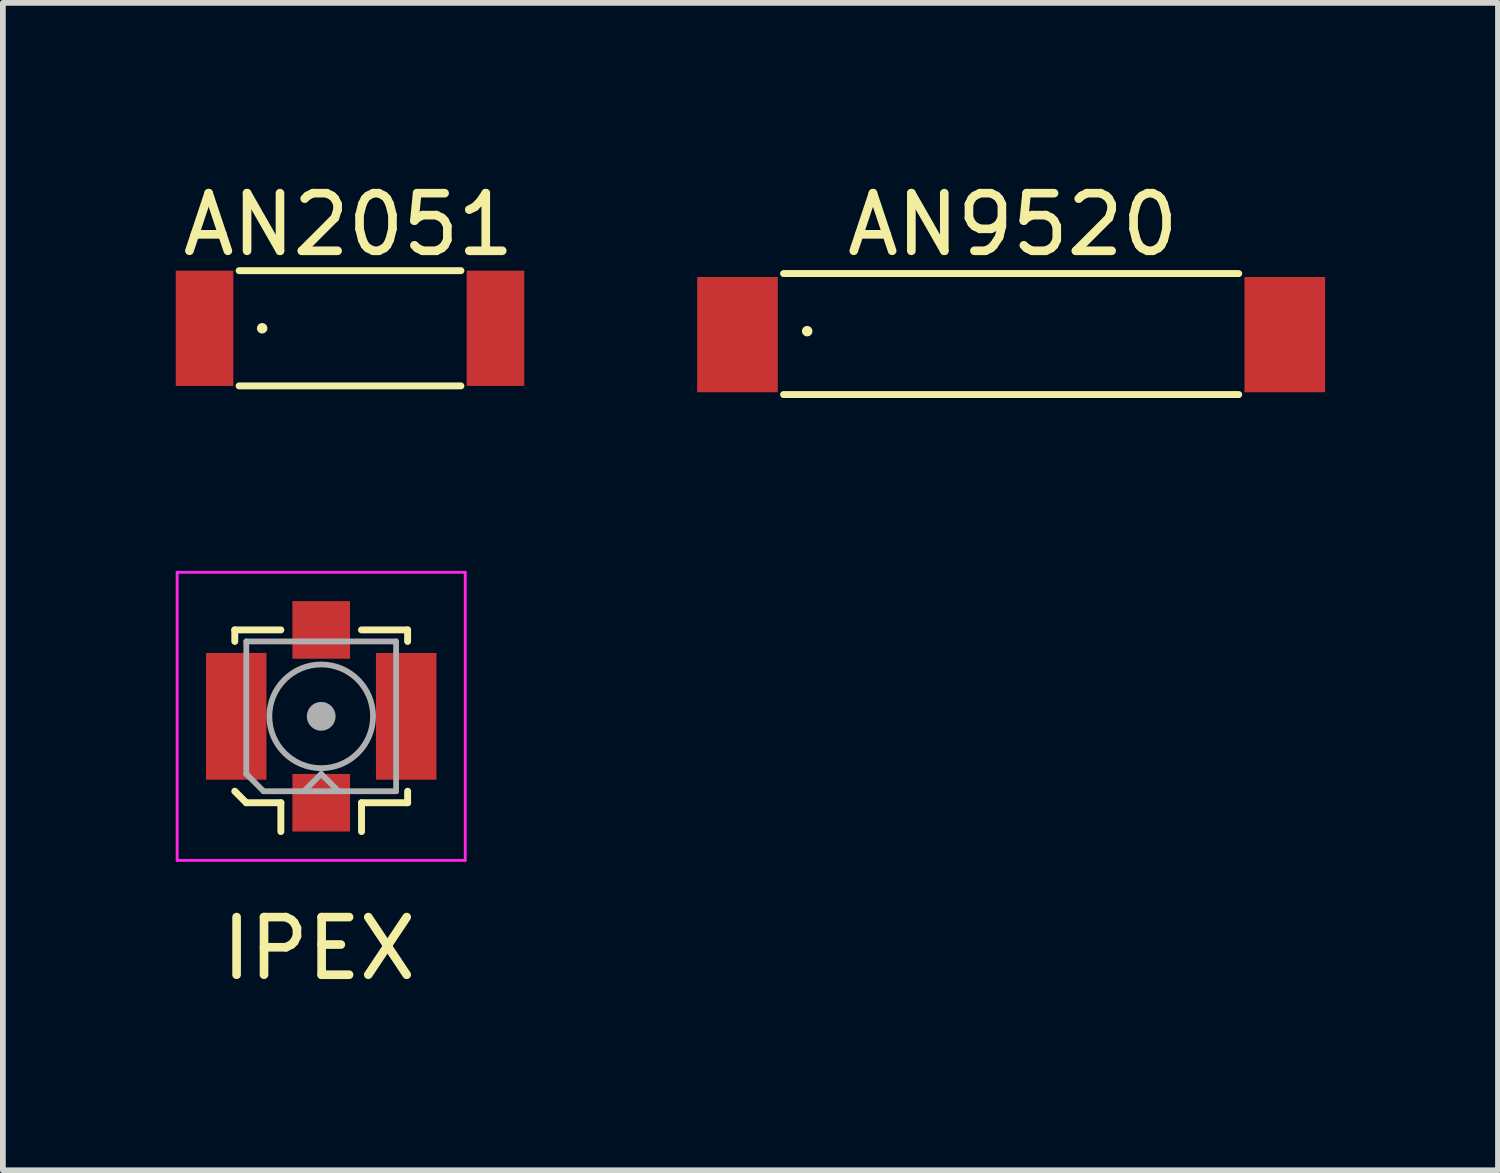
<source format=kicad_pcb>
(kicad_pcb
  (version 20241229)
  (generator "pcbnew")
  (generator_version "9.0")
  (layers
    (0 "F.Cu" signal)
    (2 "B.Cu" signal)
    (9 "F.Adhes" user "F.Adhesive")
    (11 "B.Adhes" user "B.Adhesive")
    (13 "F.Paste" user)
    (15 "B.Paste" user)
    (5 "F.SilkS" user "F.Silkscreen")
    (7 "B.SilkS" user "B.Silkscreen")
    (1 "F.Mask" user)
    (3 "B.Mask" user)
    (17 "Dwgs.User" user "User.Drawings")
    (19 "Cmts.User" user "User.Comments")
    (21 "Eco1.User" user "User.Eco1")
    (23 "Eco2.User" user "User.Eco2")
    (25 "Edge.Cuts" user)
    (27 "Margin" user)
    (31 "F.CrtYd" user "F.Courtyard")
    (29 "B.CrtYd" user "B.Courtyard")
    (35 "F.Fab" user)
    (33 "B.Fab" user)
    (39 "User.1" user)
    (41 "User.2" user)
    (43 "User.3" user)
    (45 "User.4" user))
  (footprint "AN2051"
    (layer "F.Cu")
    (at 0.5 1.648)
    (property "Reference" "AN2051" (at 2.5 -0.8 0) (layer "F.SilkS") (effects (font (size 1 1) (thickness 0.15))))
    (attr through_hole)
    (fp_line (start 0.6 0) (end 4.45 0) (stroke (width 0.12) (type solid)) (layer "F.SilkS"))
    (fp_line (start 0.6 2) (end 4.45 2) (stroke (width 0.12) (type solid)) (layer "F.SilkS"))
    (fp_arc (start 1.029608 1.011102) (mid 0.970192 0.989448) (end 1.029999 1.009999) (stroke (width 0.12) (type solid)) (layer "F.SilkS"))
    (pad "1" smd rect (at 0 1) (size 1 2) (layers "F.Cu" "F.Mask" "F.Paste"))
    (pad "2" smd rect (at 5.05 1) (size 1 2) (layers "F.Cu" "F.Mask" "F.Paste")))
  (footprint "AN9520"
    (layer "F.Cu")
    (at 9.75 1.698)
    (property "Reference" "AN9520" (at 4.78 -0.85 0) (layer "F.SilkS") (effects (font (size 1 1) (thickness 0.15))))
    (attr through_hole)
    (fp_line (start 0.8 0) (end 8.7 0) (stroke (width 0.12) (type solid)) (layer "F.SilkS"))
    (fp_line (start 0.8 2.1) (end 8.7 2.1) (stroke (width 0.12) (type solid)) (layer "F.SilkS"))
    (fp_arc (start 1.239608 1.011102) (mid 1.180192 0.989448) (end 1.239999 1.009999) (stroke (width 0.12) (type solid)) (layer "F.SilkS"))
    (pad "1" smd rect (at 0 1.06) (size 1.4 2) (layers "F.Cu" "F.Mask" "F.Paste"))
    (pad "2" smd rect (at 9.5 1.06) (size 1.4 2) (layers "F.Cu" "F.Mask" "F.Paste")))
  (footprint "IPEX"
    (layer "F.Cu")
    (at 2.505 9.403)
    (property "Reference" "IPEX" (at -0.02 4.01 0) (layer "F.SilkS") (effects (font (size 1 1) (thickness 0.15))))
    (attr through_hole)
    (fp_line (start -1.48 -1.52) (end -0.68 -1.52) (stroke (width 0.12) (type solid)) (layer "F.SilkS"))
    (fp_line (start -1.48 -1.32) (end -1.48 -1.52) (stroke (width 0.12) (type solid)) (layer "F.SilkS"))
    (fp_line (start -1.28 1.48) (end -1.48 1.28) (stroke (width 0.12) (type solid)) (layer "F.SilkS"))
    (fp_line (start -0.68 1.48) (end -1.28 1.48) (stroke (width 0.12) (type solid)) (layer "F.SilkS"))
    (fp_line (start -0.68 1.48) (end -0.68 1.98) (stroke (width 0.12) (type solid)) (layer "F.SilkS"))
    (fp_line (start 0.72 -1.52) (end 1.52 -1.52) (stroke (width 0.12) (type solid)) (layer "F.SilkS"))
    (fp_line (start 0.72 1.48) (end 0.72 1.98) (stroke (width 0.12) (type solid)) (layer "F.SilkS"))
    (fp_line (start 1.52 -1.52) (end 1.52 -1.32) (stroke (width 0.12) (type solid)) (layer "F.SilkS"))
    (fp_line (start 1.52 1.28) (end 1.52 1.48) (stroke (width 0.12) (type solid)) (layer "F.SilkS"))
    (fp_line (start 1.52 1.48) (end 0.72 1.48) (stroke (width 0.12) (type solid)) (layer "F.SilkS"))
    (fp_line (start -2.48 -2.52) (end -2.48 2.48) (stroke (width 0.05) (type solid)) (layer "F.CrtYd"))
    (fp_line (start -2.48 2.48) (end 2.52 2.48) (stroke (width 0.05) (type solid)) (layer "F.CrtYd"))
    (fp_line (start 2.52 -2.52) (end -2.48 -2.52) (stroke (width 0.05) (type solid)) (layer "F.CrtYd"))
    (fp_line (start 2.52 2.48) (end 2.52 -2.52) (stroke (width 0.05) (type solid)) (layer "F.CrtYd"))
    (fp_line (start -1.28 -1.32) (end -1.28 0.98) (stroke (width 0.1) (type solid)) (layer "F.Fab"))
    (fp_line (start -1.28 -1.32) (end 1.32 -1.32) (stroke (width 0.1) (type solid)) (layer "F.Fab"))
    (fp_line (start -1.28 0.98) (end -0.98 1.28) (stroke (width 0.1) (type solid)) (layer "F.Fab"))
    (fp_line (start -0.98 1.28) (end 1.32 1.28) (stroke (width 0.1) (type solid)) (layer "F.Fab"))
    (fp_line (start -0.28 1.28) (end 0.02 0.98) (stroke (width 0.1) (type solid)) (layer "F.Fab"))
    (fp_line (start 0.02 0.98) (end 0.32 1.28) (stroke (width 0.1) (type solid)) (layer "F.Fab"))
    (fp_line (start 1.32 -1.32) (end 1.32 1.28) (stroke (width 0.1) (type solid)) (layer "F.Fab"))
    (fp_circle (center 0.02 -0.02) (end 0.02 0.03) (stroke (width 0.1) (type solid)) (fill no) (layer "F.Fab"))
    (fp_circle (center 0.02 -0.02) (end 0.02 0.105) (stroke (width 0.1) (type solid)) (fill no) (layer "F.Fab"))
    (fp_circle (center 0.02 -0.02) (end 0.02 0.18) (stroke (width 0.1) (type solid)) (fill no) (layer "F.Fab"))
    (fp_circle (center 0.02 -0.02) (end 0.92 -0.02) (stroke (width 0.1) (type solid)) (fill no) (layer "F.Fab"))
    (pad "1" smd rect (at 0.02 1.48) (size 1 1) (layers "F.Cu" "F.Mask" "F.Paste"))
    (pad "2" smd rect (at -1.455 -0.02) (size 1.05 2.2) (layers "F.Cu" "F.Mask" "F.Paste"))
    (pad "2" smd rect (at 0.02 -1.52) (size 1 1) (layers "F.Cu" "F.Mask" "F.Paste"))
    (pad "2" smd rect (at 1.495 -0.02) (size 1.05 2.2) (layers "F.Cu" "F.Mask" "F.Paste")))
  (gr_rect
    (start -3 -3)
    (end 22.95 17.262)
    (stroke (width 0.1) (type default))
    (fill no)
    (layer "Edge.Cuts")))
</source>
